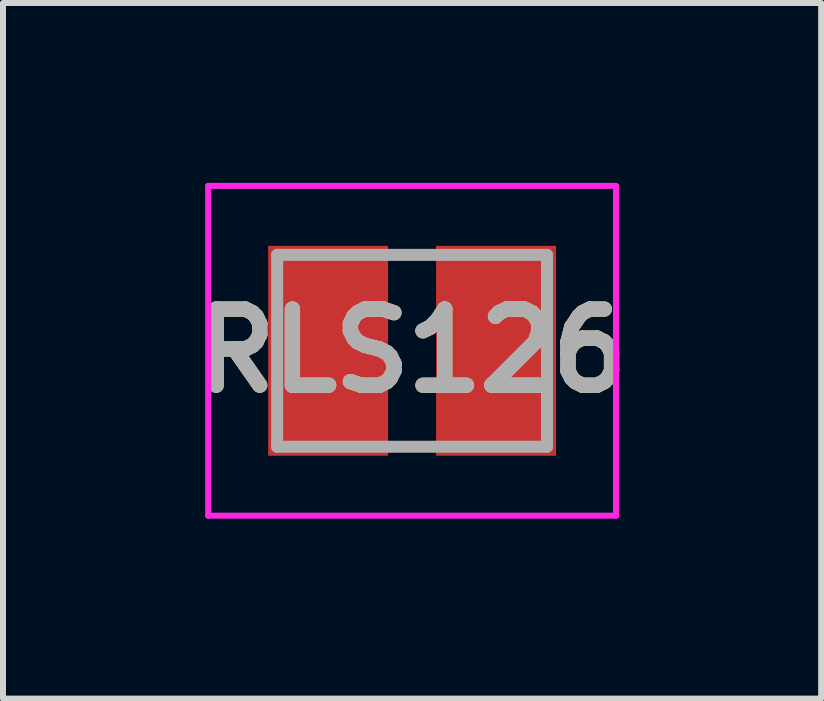
<source format=kicad_pcb>
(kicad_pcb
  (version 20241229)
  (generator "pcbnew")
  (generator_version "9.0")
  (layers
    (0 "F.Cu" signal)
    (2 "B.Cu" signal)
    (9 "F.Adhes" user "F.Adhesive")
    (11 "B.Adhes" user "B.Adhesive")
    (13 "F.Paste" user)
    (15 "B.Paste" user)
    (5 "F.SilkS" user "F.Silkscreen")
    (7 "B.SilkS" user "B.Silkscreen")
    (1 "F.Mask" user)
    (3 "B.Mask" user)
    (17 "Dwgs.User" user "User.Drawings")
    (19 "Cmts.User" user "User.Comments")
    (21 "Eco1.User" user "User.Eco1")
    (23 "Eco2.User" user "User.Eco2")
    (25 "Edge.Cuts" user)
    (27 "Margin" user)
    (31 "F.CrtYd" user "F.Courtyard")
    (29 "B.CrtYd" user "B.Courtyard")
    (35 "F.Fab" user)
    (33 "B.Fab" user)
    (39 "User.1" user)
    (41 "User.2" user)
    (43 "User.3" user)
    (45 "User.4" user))
  (footprint "RLS126"
    (layer "F.Cu")
    (at 3.822 2.8)
    (property "Reference" "RLS126" (at 0 0 0) (layer "F.SilkS") (effects (font (size 1.27 1.27) (thickness 0.254))))
    (attr smd)
    (fp_line (start -0.2 -1.6) (end 0.2 -1.6) (stroke (width 0.1) (type solid)) (layer "F.SilkS"))
    (fp_line (start -0.2 1.6) (end 0.2 1.6) (stroke (width 0.1) (type solid)) (layer "F.SilkS"))
    (fp_line (start -3.4 -2.75) (end 3.4 -2.75) (stroke (width 0.1) (type solid)) (layer "F.CrtYd"))
    (fp_line (start -3.4 2.75) (end -3.4 -2.75) (stroke (width 0.1) (type solid)) (layer "F.CrtYd"))
    (fp_line (start 3.4 -2.75) (end 3.4 2.75) (stroke (width 0.1) (type solid)) (layer "F.CrtYd"))
    (fp_line (start 3.4 2.75) (end -3.4 2.75) (stroke (width 0.1) (type solid)) (layer "F.CrtYd"))
    (fp_line (start -2.25 -1.6) (end 2.25 -1.6) (stroke (width 0.2) (type solid)) (layer "F.Fab"))
    (fp_line (start -2.25 1.6) (end -2.25 -1.6) (stroke (width 0.2) (type solid)) (layer "F.Fab"))
    (fp_line (start 2.25 -1.6) (end 2.25 1.6) (stroke (width 0.2) (type solid)) (layer "F.Fab"))
    (fp_line (start 2.25 1.6) (end -2.25 1.6) (stroke (width 0.2) (type solid)) (layer "F.Fab"))
    (fp_text user "${REFERENCE}" (at 0 0 0) (layer "F.Fab") (effects (font (size 1.27 1.27) (thickness 0.254))))
    (pad "1" smd rect (at -1.4 0) (size 2 3.5) (layers "F.Cu" "F.Mask" "F.Paste"))
    (pad "2" smd rect (at 1.4 0) (size 2 3.5) (layers "F.Cu" "F.Mask" "F.Paste")))
  (gr_rect
    (start -3 -3)
    (end 10.644 8.6)
    (stroke (width 0.1) (type default))
    (fill no)
    (layer "Edge.Cuts")))
</source>
